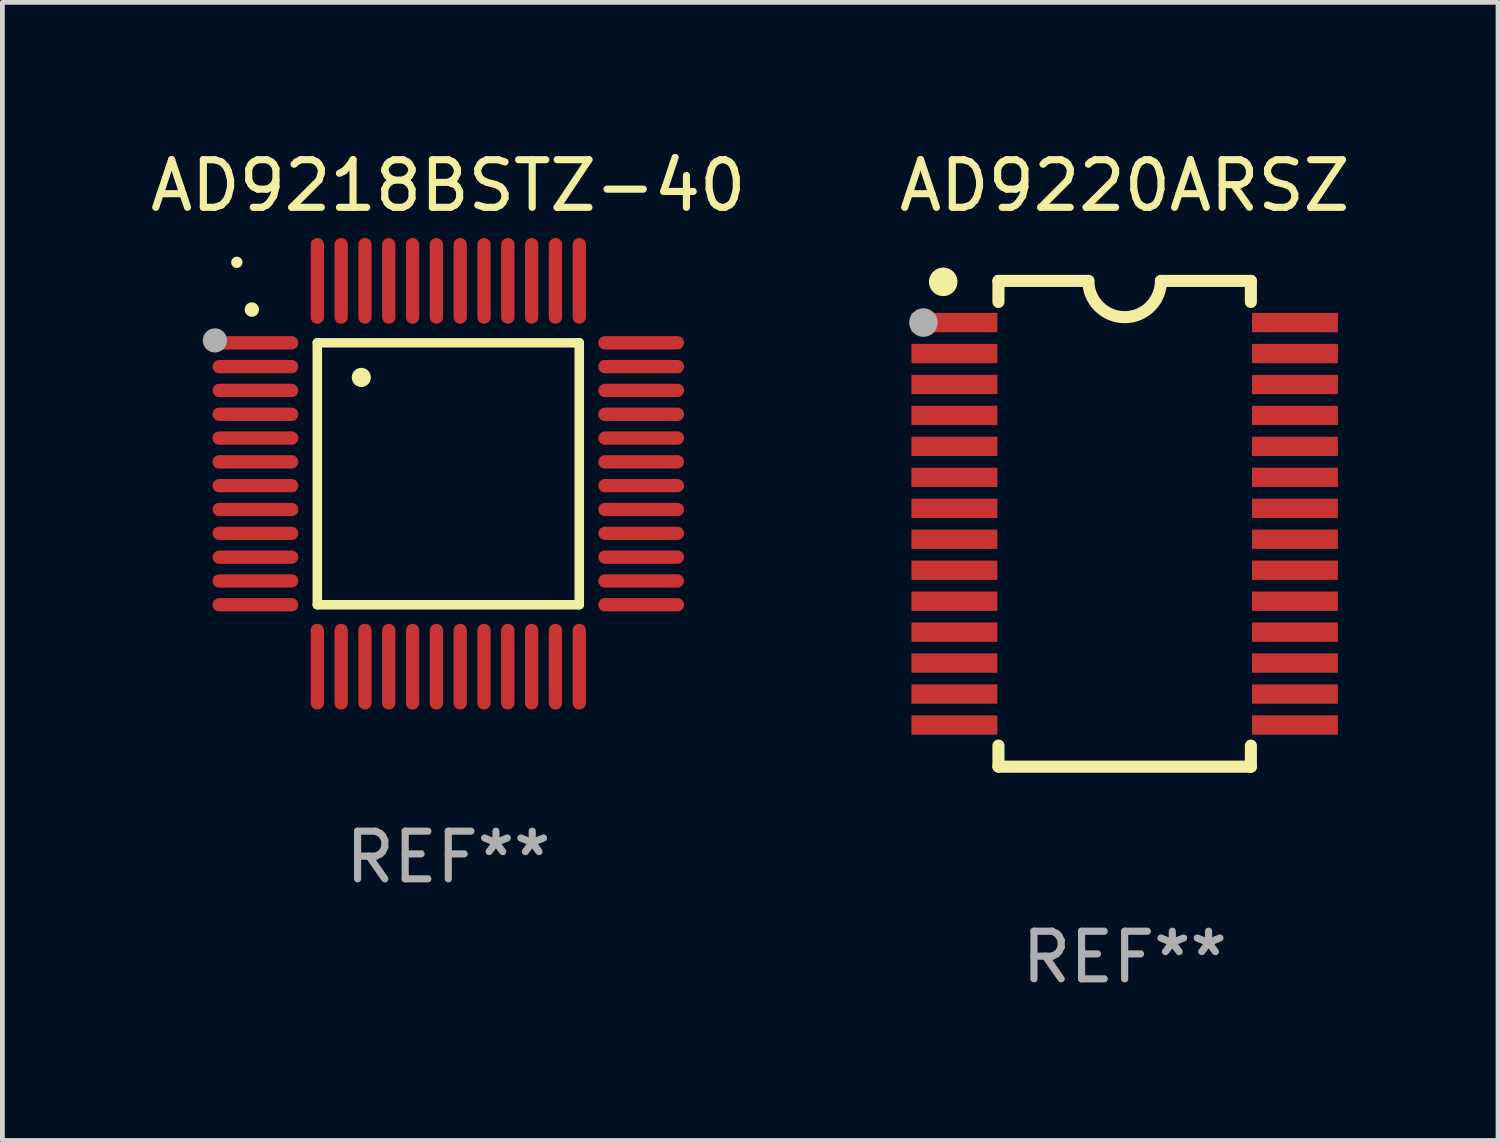
<source format=kicad_pcb>
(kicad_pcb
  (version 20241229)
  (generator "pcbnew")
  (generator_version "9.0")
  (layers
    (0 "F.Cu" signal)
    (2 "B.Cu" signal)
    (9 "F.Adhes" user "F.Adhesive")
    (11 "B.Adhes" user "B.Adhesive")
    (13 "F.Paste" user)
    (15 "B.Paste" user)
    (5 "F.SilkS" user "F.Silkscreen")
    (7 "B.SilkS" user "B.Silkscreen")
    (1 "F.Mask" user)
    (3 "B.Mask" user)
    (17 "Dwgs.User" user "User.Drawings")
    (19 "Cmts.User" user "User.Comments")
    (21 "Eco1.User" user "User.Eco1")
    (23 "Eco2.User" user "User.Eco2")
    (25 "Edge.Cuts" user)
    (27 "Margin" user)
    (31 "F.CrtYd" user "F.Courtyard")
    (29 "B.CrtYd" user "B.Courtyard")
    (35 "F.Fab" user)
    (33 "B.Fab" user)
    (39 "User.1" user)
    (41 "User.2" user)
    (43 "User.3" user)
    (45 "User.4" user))
  (footprint "AD9220ARSZ"
    (layer "F.Cu")
    (at 20.565 7.948)
    (property "Reference" "AD9220ARSZ" (at 0 -7.1 0) (layer "F.SilkS") (effects (font (size 1 1) (thickness 0.15))))
    (attr through_hole)
    (fp_line (start -2.65 -5.1) (end -0.762 -5.1) (stroke (width 0.254) (type solid)) (layer "F.SilkS"))
    (fp_line (start -2.65 -4.658) (end -2.65 -5.1) (stroke (width 0.254) (type solid)) (layer "F.SilkS"))
    (fp_line (start -2.65 5.1) (end -2.65 4.658) (stroke (width 0.254) (type solid)) (layer "F.SilkS"))
    (fp_line (start -2.65 5.1) (end 2.65 5.1) (stroke (width 0.254) (type solid)) (layer "F.SilkS"))
    (fp_line (start 2.65 -5.1) (end 0.762 -5.1) (stroke (width 0.254) (type solid)) (layer "F.SilkS"))
    (fp_line (start 2.65 -5.1) (end 2.65 -4.658) (stroke (width 0.254) (type solid)) (layer "F.SilkS"))
    (fp_line (start 2.65 4.658) (end 2.65 5.1) (stroke (width 0.254) (type solid)) (layer "F.SilkS"))
    (fp_arc (start 0.761925 -5.1) (mid -0.000241 -4.338329) (end -0.762077 -5.10033) (stroke (width 0.254001) (type solid)) (layer "F.SilkS"))
    (fp_circle (center -3.858 -5.07) (end -3.828 -5.07) (stroke (width 0.06) (type solid)) (fill no) (layer "F.SilkS"))
    (fp_circle (center -3.81 -5.08) (end -3.66 -5.08) (stroke (width 0.3) (type solid)) (fill no) (layer "F.SilkS"))
    (fp_circle (center -4.225 -4.225) (end -4.075 -4.225) (stroke (width 0.3) (type solid)) (fill no) (layer "F.Fab"))
    (fp_text user "REF**" (at 0 9.1 0) (layer "F.Fab") (effects (font (size 1 1) (thickness 0.15))))
    (pad "1" smd rect (at -3.575 -4.225) (size 1.803 0.406) (layers "F.Cu" "F.Mask" "F.Paste"))
    (pad "2" smd rect (at -3.575 -3.575) (size 1.803 0.406) (layers "F.Cu" "F.Mask" "F.Paste"))
    (pad "3" smd rect (at -3.575 -2.925) (size 1.803 0.406) (layers "F.Cu" "F.Mask" "F.Paste"))
    (pad "4" smd rect (at -3.575 -2.275) (size 1.803 0.406) (layers "F.Cu" "F.Mask" "F.Paste"))
    (pad "5" smd rect (at -3.575 -1.625) (size 1.803 0.406) (layers "F.Cu" "F.Mask" "F.Paste"))
    (pad "6" smd rect (at -3.575 -0.975) (size 1.803 0.406) (layers "F.Cu" "F.Mask" "F.Paste"))
    (pad "7" smd rect (at -3.575 -0.325) (size 1.803 0.406) (layers "F.Cu" "F.Mask" "F.Paste"))
    (pad "8" smd rect (at -3.575 0.325) (size 1.803 0.406) (layers "F.Cu" "F.Mask" "F.Paste"))
    (pad "9" smd rect (at -3.575 0.975) (size 1.803 0.406) (layers "F.Cu" "F.Mask" "F.Paste"))
    (pad "10" smd rect (at -3.575 1.625) (size 1.803 0.406) (layers "F.Cu" "F.Mask" "F.Paste"))
    (pad "11" smd rect (at -3.575 2.275) (size 1.803 0.406) (layers "F.Cu" "F.Mask" "F.Paste"))
    (pad "12" smd rect (at -3.575 2.925) (size 1.803 0.406) (layers "F.Cu" "F.Mask" "F.Paste"))
    (pad "13" smd rect (at -3.575 3.575) (size 1.803 0.406) (layers "F.Cu" "F.Mask" "F.Paste"))
    (pad "14" smd rect (at -3.575 4.225) (size 1.803 0.406) (layers "F.Cu" "F.Mask" "F.Paste"))
    (pad "15" smd rect (at 3.575 4.225) (size 1.803 0.406) (layers "F.Cu" "F.Mask" "F.Paste"))
    (pad "16" smd rect (at 3.575 3.575) (size 1.803 0.406) (layers "F.Cu" "F.Mask" "F.Paste"))
    (pad "17" smd rect (at 3.575 2.925) (size 1.803 0.406) (layers "F.Cu" "F.Mask" "F.Paste"))
    (pad "18" smd rect (at 3.575 2.275) (size 1.803 0.406) (layers "F.Cu" "F.Mask" "F.Paste"))
    (pad "19" smd rect (at 3.575 1.625) (size 1.803 0.406) (layers "F.Cu" "F.Mask" "F.Paste"))
    (pad "20" smd rect (at 3.575 0.975) (size 1.803 0.406) (layers "F.Cu" "F.Mask" "F.Paste"))
    (pad "21" smd rect (at 3.575 0.325) (size 1.803 0.406) (layers "F.Cu" "F.Mask" "F.Paste"))
    (pad "22" smd rect (at 3.575 -0.325) (size 1.803 0.406) (layers "F.Cu" "F.Mask" "F.Paste"))
    (pad "23" smd rect (at 3.575 -0.975) (size 1.803 0.406) (layers "F.Cu" "F.Mask" "F.Paste"))
    (pad "24" smd rect (at 3.575 -1.625) (size 1.803 0.406) (layers "F.Cu" "F.Mask" "F.Paste"))
    (pad "25" smd rect (at 3.575 -2.275) (size 1.803 0.406) (layers "F.Cu" "F.Mask" "F.Paste"))
    (pad "26" smd rect (at 3.575 -2.925) (size 1.803 0.406) (layers "F.Cu" "F.Mask" "F.Paste"))
    (pad "27" smd rect (at 3.575 -3.575) (size 1.803 0.406) (layers "F.Cu" "F.Mask" "F.Paste"))
    (pad "28" smd rect (at 3.575 -4.225) (size 1.803 0.406) (layers "F.Cu" "F.Mask" "F.Paste")))
  (footprint "AD9218BSTZ-40"
    (layer "F.Cu")
    (at 6.363 6.898)
    (property "Reference" "AD9218BSTZ-40" (at 0 -6.05 0) (layer "F.SilkS") (effects (font (size 1 1) (thickness 0.15))))
    (attr through_hole)
    (fp_line (start -2.75 -2.75) (end 2.75 -2.75) (stroke (width 0.2) (type solid)) (layer "F.SilkS"))
    (fp_line (start -2.75 2.75) (end -2.75 -2.75) (stroke (width 0.2) (type solid)) (layer "F.SilkS"))
    (fp_line (start 2.75 -2.75) (end 2.75 2.75) (stroke (width 0.2) (type solid)) (layer "F.SilkS"))
    (fp_line (start 2.75 2.75) (end -2.75 2.75) (stroke (width 0.2) (type solid)) (layer "F.SilkS"))
    (fp_arc (start -4.124968 -3.446787) (mid -4.124973 -3.448057) (end -4.124968 -3.449327) (stroke (width 0.3) (type solid)) (layer "F.SilkS"))
    (fp_arc (start -1.826264 -2.021844) (mid -1.826268 -2.023114) (end -1.826264 -2.024384) (stroke (width 0.4) (type solid)) (layer "F.SilkS"))
    (fp_circle (center -4.44 -4.44) (end -4.38 -4.44) (stroke (width 0.12) (type solid)) (fill no) (layer "F.SilkS"))
    (fp_circle (center -4.9 -2.8) (end -4.773 -2.8) (stroke (width 0.254) (type solid)) (fill no) (layer "F.Fab"))
    (fp_text user "REF**" (at 0 8.05 0) (layer "F.Fab") (effects (font (size 1 1) (thickness 0.15))))
    (pad "1" smd oval (at -4.05 -2.75 90) (size 0.28 1.8) (layers "F.Cu" "F.Mask" "F.Paste"))
    (pad "2" smd oval (at -4.05 -2.25 90) (size 0.28 1.8) (layers "F.Cu" "F.Mask" "F.Paste"))
    (pad "3" smd oval (at -4.05 -1.75 90) (size 0.28 1.8) (layers "F.Cu" "F.Mask" "F.Paste"))
    (pad "4" smd oval (at -4.05 -1.25 90) (size 0.28 1.8) (layers "F.Cu" "F.Mask" "F.Paste"))
    (pad "5" smd oval (at -4.05 -0.75 90) (size 0.28 1.8) (layers "F.Cu" "F.Mask" "F.Paste"))
    (pad "6" smd oval (at -4.05 -0.25 90) (size 0.28 1.8) (layers "F.Cu" "F.Mask" "F.Paste"))
    (pad "7" smd oval (at -4.05 0.25 90) (size 0.28 1.8) (layers "F.Cu" "F.Mask" "F.Paste"))
    (pad "8" smd oval (at -4.05 0.75 90) (size 0.28 1.8) (layers "F.Cu" "F.Mask" "F.Paste"))
    (pad "9" smd oval (at -4.05 1.25 90) (size 0.28 1.8) (layers "F.Cu" "F.Mask" "F.Paste"))
    (pad "10" smd oval (at -4.05 1.75 90) (size 0.28 1.8) (layers "F.Cu" "F.Mask" "F.Paste"))
    (pad "11" smd oval (at -4.05 2.25 90) (size 0.28 1.8) (layers "F.Cu" "F.Mask" "F.Paste"))
    (pad "12" smd oval (at -4.05 2.75 90) (size 0.28 1.8) (layers "F.Cu" "F.Mask" "F.Paste"))
    (pad "13" smd oval (at -2.75 4.05) (size 0.28 1.8) (layers "F.Cu" "F.Mask" "F.Paste"))
    (pad "14" smd oval (at -2.25 4.05) (size 0.28 1.8) (layers "F.Cu" "F.Mask" "F.Paste"))
    (pad "15" smd oval (at -1.75 4.05) (size 0.28 1.8) (layers "F.Cu" "F.Mask" "F.Paste"))
    (pad "16" smd oval (at -1.25 4.05) (size 0.28 1.8) (layers "F.Cu" "F.Mask" "F.Paste"))
    (pad "17" smd oval (at -0.75 4.05) (size 0.28 1.8) (layers "F.Cu" "F.Mask" "F.Paste"))
    (pad "18" smd oval (at -0.25 4.05) (size 0.28 1.8) (layers "F.Cu" "F.Mask" "F.Paste"))
    (pad "19" smd oval (at 0.25 4.05) (size 0.28 1.8) (layers "F.Cu" "F.Mask" "F.Paste"))
    (pad "20" smd oval (at 0.75 4.05) (size 0.28 1.8) (layers "F.Cu" "F.Mask" "F.Paste"))
    (pad "21" smd oval (at 1.25 4.05) (size 0.28 1.8) (layers "F.Cu" "F.Mask" "F.Paste"))
    (pad "22" smd oval (at 1.75 4.05) (size 0.28 1.8) (layers "F.Cu" "F.Mask" "F.Paste"))
    (pad "23" smd oval (at 2.25 4.05) (size 0.28 1.8) (layers "F.Cu" "F.Mask" "F.Paste"))
    (pad "24" smd oval (at 2.75 4.05) (size 0.28 1.8) (layers "F.Cu" "F.Mask" "F.Paste"))
    (pad "25" smd oval (at 4.05 2.75 90) (size 0.28 1.8) (layers "F.Cu" "F.Mask" "F.Paste"))
    (pad "26" smd oval (at 4.05 2.25 90) (size 0.28 1.8) (layers "F.Cu" "F.Mask" "F.Paste"))
    (pad "27" smd oval (at 4.05 1.75 90) (size 0.28 1.8) (layers "F.Cu" "F.Mask" "F.Paste"))
    (pad "28" smd oval (at 4.05 1.25 90) (size 0.28 1.8) (layers "F.Cu" "F.Mask" "F.Paste"))
    (pad "29" smd oval (at 4.05 0.75 90) (size 0.28 1.8) (layers "F.Cu" "F.Mask" "F.Paste"))
    (pad "30" smd oval (at 4.05 0.25 90) (size 0.28 1.8) (layers "F.Cu" "F.Mask" "F.Paste"))
    (pad "31" smd oval (at 4.05 -0.25 90) (size 0.28 1.8) (layers "F.Cu" "F.Mask" "F.Paste"))
    (pad "32" smd oval (at 4.05 -0.75 90) (size 0.28 1.8) (layers "F.Cu" "F.Mask" "F.Paste"))
    (pad "33" smd oval (at 4.05 -1.25 90) (size 0.28 1.8) (layers "F.Cu" "F.Mask" "F.Paste"))
    (pad "34" smd oval (at 4.05 -1.75 90) (size 0.28 1.8) (layers "F.Cu" "F.Mask" "F.Paste"))
    (pad "35" smd oval (at 4.05 -2.25 90) (size 0.28 1.8) (layers "F.Cu" "F.Mask" "F.Paste"))
    (pad "36" smd oval (at 4.05 -2.75 90) (size 0.28 1.8) (layers "F.Cu" "F.Mask" "F.Paste"))
    (pad "37" smd oval (at 2.75 -4.05) (size 0.28 1.8) (layers "F.Cu" "F.Mask" "F.Paste"))
    (pad "38" smd oval (at 2.25 -4.05) (size 0.28 1.8) (layers "F.Cu" "F.Mask" "F.Paste"))
    (pad "39" smd oval (at 1.75 -4.05) (size 0.28 1.8) (layers "F.Cu" "F.Mask" "F.Paste"))
    (pad "40" smd oval (at 1.25 -4.05) (size 0.28 1.8) (layers "F.Cu" "F.Mask" "F.Paste"))
    (pad "41" smd oval (at 0.75 -4.05) (size 0.28 1.8) (layers "F.Cu" "F.Mask" "F.Paste"))
    (pad "42" smd oval (at 0.25 -4.05) (size 0.28 1.8) (layers "F.Cu" "F.Mask" "F.Paste"))
    (pad "43" smd oval (at -0.25 -4.05) (size 0.28 1.8) (layers "F.Cu" "F.Mask" "F.Paste"))
    (pad "44" smd oval (at -0.75 -4.05) (size 0.28 1.8) (layers "F.Cu" "F.Mask" "F.Paste"))
    (pad "45" smd oval (at -1.25 -4.05) (size 0.28 1.8) (layers "F.Cu" "F.Mask" "F.Paste"))
    (pad "46" smd oval (at -1.75 -4.05) (size 0.28 1.8) (layers "F.Cu" "F.Mask" "F.Paste"))
    (pad "47" smd oval (at -2.25 -4.05) (size 0.28 1.8) (layers "F.Cu" "F.Mask" "F.Paste"))
    (pad "48" smd oval (at -2.75 -4.05) (size 0.28 1.8) (layers "F.Cu" "F.Mask" "F.Paste")))
  (gr_rect
    (start -3 -3)
    (end 28.405 20.896)
    (stroke (width 0.1) (type default))
    (fill no)
    (layer "Edge.Cuts")))
</source>
